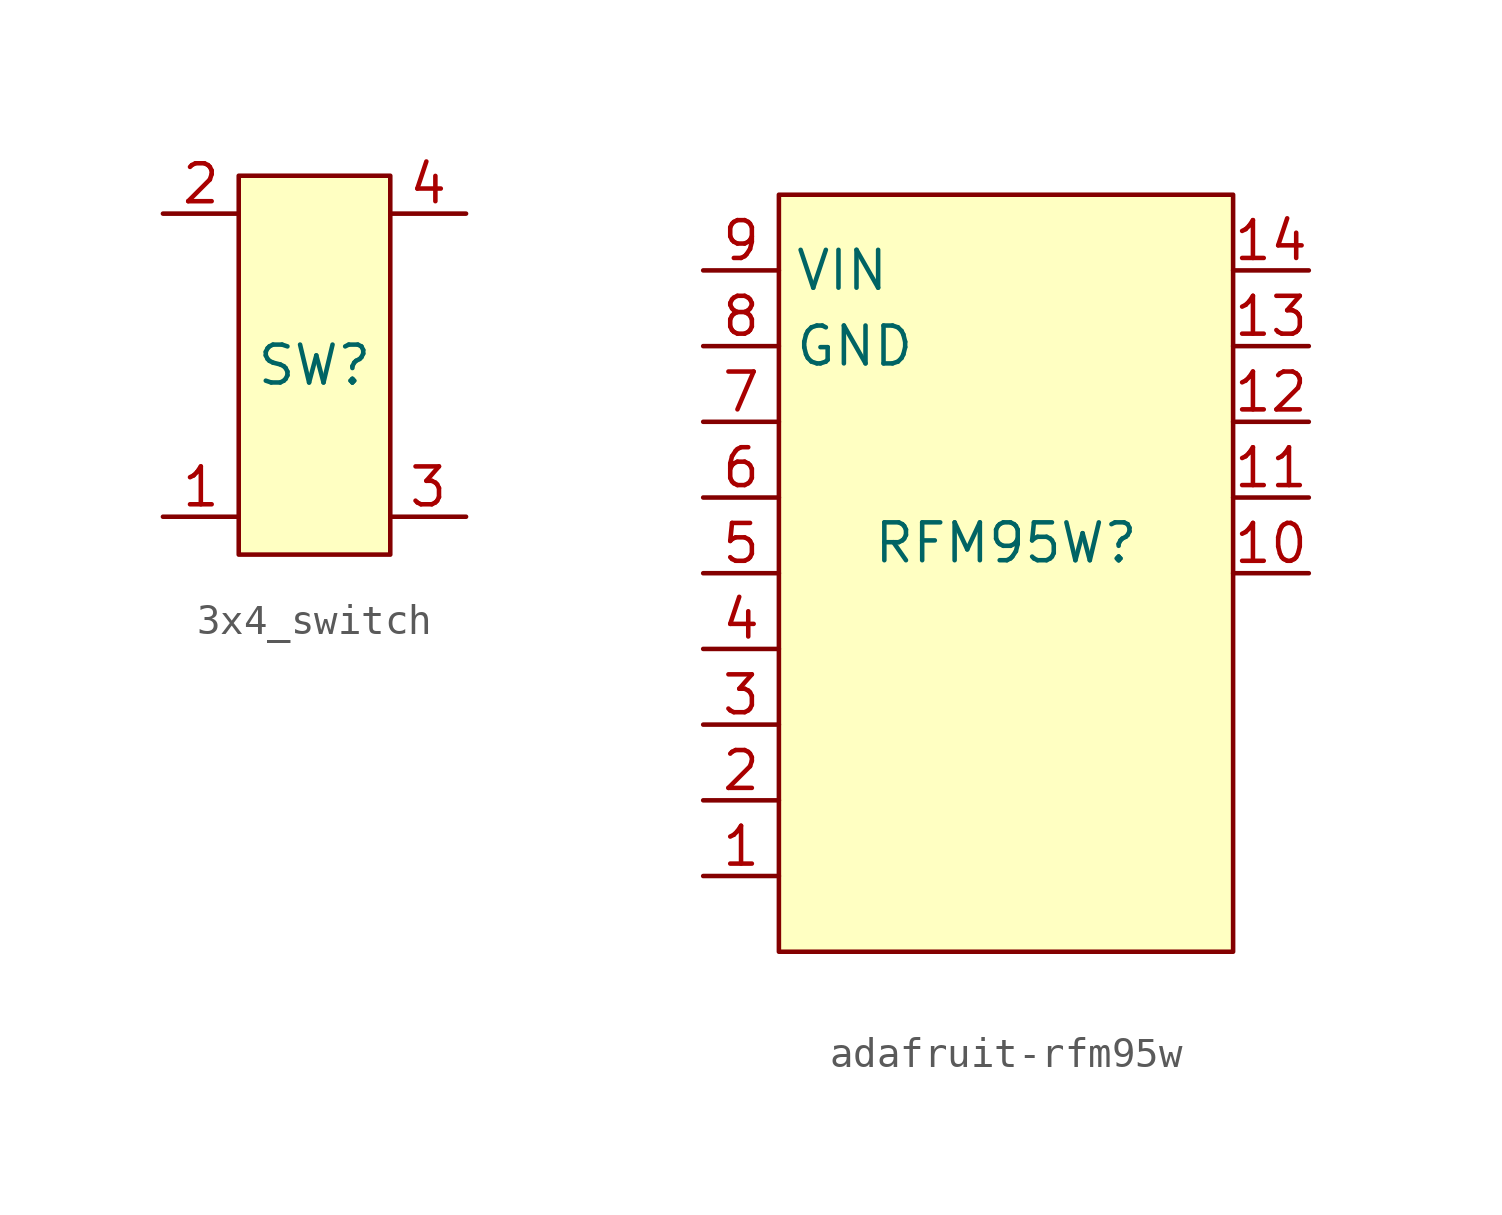
<source format=kicad_sym>
(kicad_symbol_lib
  (version 20231120)
  (generator "kicad_symbol_editor")
  (generator_version "8.0")
  (symbol "3x4_switch"
    (property "Reference" "SW"
      (at 0 0 0)
      (effects (font (size 1.27 1.27))))
    (property "Value" ""
      (at 0 0 0)
      (effects (font (size 1.27 1.27))))
    (symbol "3x4_switch_1_1"
      (rectangle (start -2.54 6.35) (end 2.54 -6.35) (stroke (width 0) (type default)) (fill (type background)))
      (pin input line (at -5.08 -5.08 0) (length 2.54) (name "" (effects (font (size 1.27 1.27)))) (number "1" (effects (font (size 1.27 1.27)))))
      (pin input line (at -5.08 5.08 0) (length 2.54) (name "" (effects (font (size 1.27 1.27)))) (number "2" (effects (font (size 1.27 1.27)))))
      (pin input line (at 5.08 -5.08 180) (length 2.54) (name "" (effects (font (size 1.27 1.27)))) (number "3" (effects (font (size 1.27 1.27)))))
      (pin input line (at 5.08 5.08 180) (length 2.54) (name "" (effects (font (size 1.27 1.27)))) (number "4" (effects (font (size 1.27 1.27)))))))
  (symbol "adafruit-rfm95w"
    (property "Reference" "RFM95W"
      (at 0 1.016 0)
      (effects (font (size 1.27 1.27))))
    (property "Value" ""
      (at 8.89 -10.16 0)
      (effects (font (size 1.27 1.27))))
    (symbol "adafruit-rfm95w_1_1"
      (rectangle (start -7.62 12.7) (end 7.62 -12.7) (stroke (width 0) (type default)) (fill (type background)))
      (pin input line (at -10.16 -10.16 0) (length 2.54) (name "" (effects (font (size 1.27 1.27)))) (number "1" (effects (font (size 1.27 1.27)))))
      (pin input line (at 10.16 0 180) (length 2.54) (name "" (effects (font (size 1.27 1.27)))) (number "10" (effects (font (size 1.27 1.27)))))
      (pin input line (at 10.16 2.54 180) (length 2.54) (name "" (effects (font (size 1.27 1.27)))) (number "11" (effects (font (size 1.27 1.27)))))
      (pin input line (at 10.16 5.08 180) (length 2.54) (name "" (effects (font (size 1.27 1.27)))) (number "12" (effects (font (size 1.27 1.27)))))
      (pin input line (at 10.16 7.62 180) (length 2.54) (name "" (effects (font (size 1.27 1.27)))) (number "13" (effects (font (size 1.27 1.27)))))
      (pin input line (at 10.16 10.16 180) (length 2.54) (name "" (effects (font (size 1.27 1.27)))) (number "14" (effects (font (size 1.27 1.27)))))
      (pin input line (at -10.16 -7.62 0) (length 2.54) (name "" (effects (font (size 1.27 1.27)))) (number "2" (effects (font (size 1.27 1.27)))))
      (pin input line (at -10.16 -5.08 0) (length 2.54) (name "" (effects (font (size 1.27 1.27)))) (number "3" (effects (font (size 1.27 1.27)))))
      (pin input line (at -10.16 -2.54 0) (length 2.54) (name "" (effects (font (size 1.27 1.27)))) (number "4" (effects (font (size 1.27 1.27)))))
      (pin input line (at -10.16 0 0) (length 2.54) (name "" (effects (font (size 1.27 1.27)))) (number "5" (effects (font (size 1.27 1.27)))))
      (pin input line (at -10.16 2.54 0) (length 2.54) (name "" (effects (font (size 1.27 1.27)))) (number "6" (effects (font (size 1.27 1.27)))))
      (pin input line (at -10.16 5.08 0) (length 2.54) (name "" (effects (font (size 1.27 1.27)))) (number "7" (effects (font (size 1.27 1.27)))))
      (pin input line (at -10.16 7.62 0) (length 2.54) (name "GND" (effects (font (size 1.27 1.27)))) (number "8" (effects (font (size 1.27 1.27)))))
      (pin input line (at -10.16 10.16 0) (length 2.54) (name "VIN" (effects (font (size 1.27 1.27)))) (number "9" (effects (font (size 1.27 1.27))))))))
</source>
